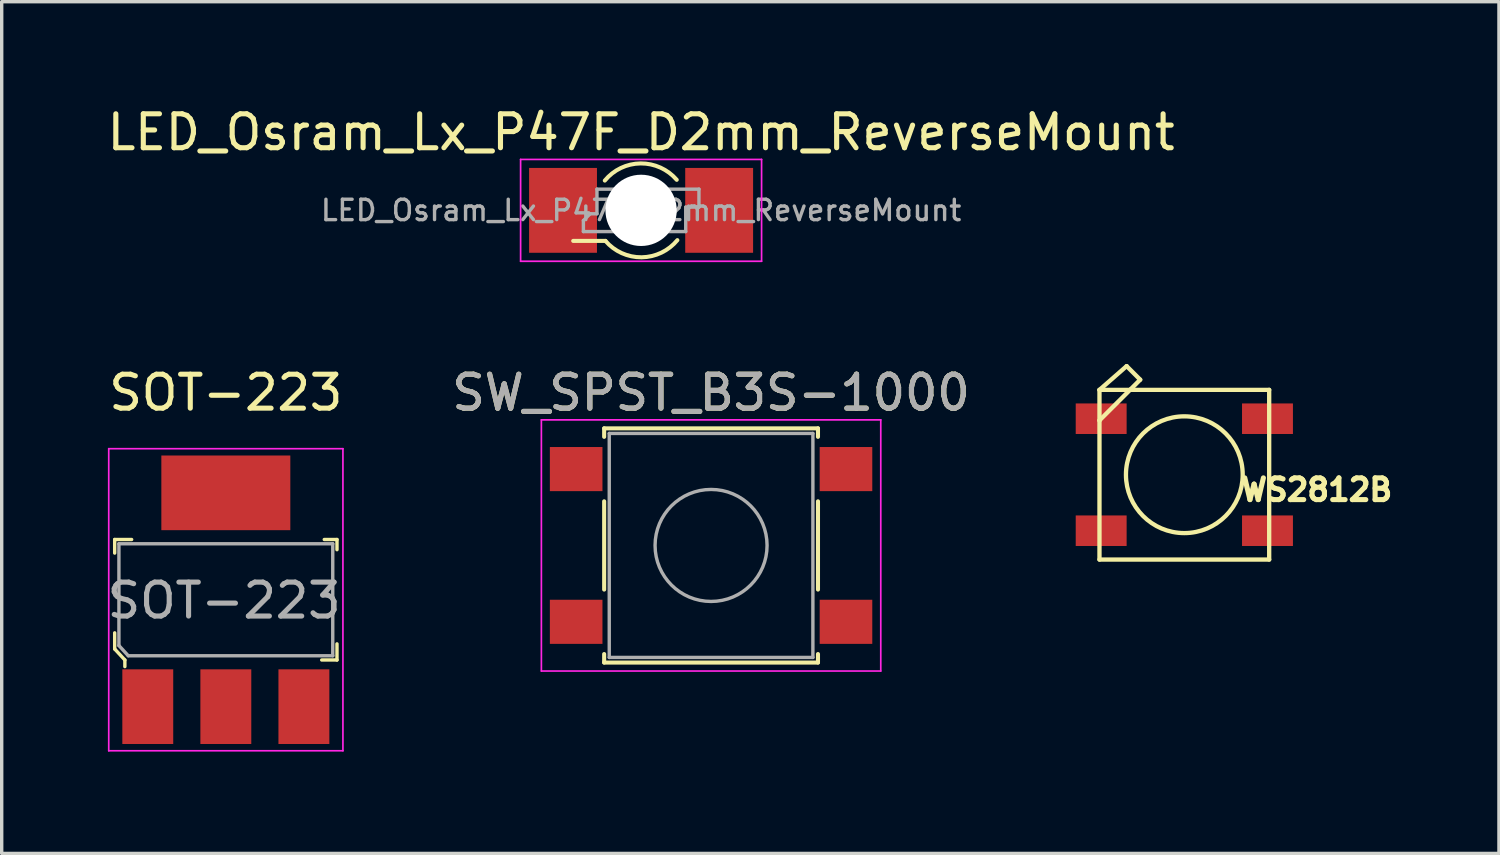
<source format=kicad_pcb>
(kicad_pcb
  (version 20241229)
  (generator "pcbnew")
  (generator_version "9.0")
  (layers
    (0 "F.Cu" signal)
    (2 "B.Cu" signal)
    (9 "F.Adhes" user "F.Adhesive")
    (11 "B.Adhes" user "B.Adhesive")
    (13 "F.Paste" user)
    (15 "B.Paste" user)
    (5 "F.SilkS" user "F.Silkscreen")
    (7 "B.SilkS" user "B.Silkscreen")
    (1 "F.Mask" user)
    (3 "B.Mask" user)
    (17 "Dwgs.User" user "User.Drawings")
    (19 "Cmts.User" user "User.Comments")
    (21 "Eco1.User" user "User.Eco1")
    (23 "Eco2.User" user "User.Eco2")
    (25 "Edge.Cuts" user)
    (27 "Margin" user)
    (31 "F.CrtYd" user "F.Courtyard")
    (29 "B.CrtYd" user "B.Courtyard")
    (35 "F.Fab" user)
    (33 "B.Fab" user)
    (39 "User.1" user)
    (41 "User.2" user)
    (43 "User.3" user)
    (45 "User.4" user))
  (footprint "SOT-223"
    (layer "F.Cu")
    (at 3.604 14.621)
    (property "Reference" "SOT-223" (at 0 -6.1 0) (layer "F.SilkS") (effects (font (size 1 1) (thickness 0.15))))
    (attr smd)
    (fp_line (start -3.275 -1.775) (end -3.275 -1.375) (stroke (width 0.1) (type solid)) (layer "F.SilkS"))
    (fp_line (start -3.275 0.975) (end -3.275 1.45) (stroke (width 0.1) (type solid)) (layer "F.SilkS"))
    (fp_line (start -3.275 1.45) (end -2.975 1.775) (stroke (width 0.1) (type solid)) (layer "F.SilkS"))
    (fp_line (start -2.975 1.775) (end -2.975 1.97) (stroke (width 0.1) (type solid)) (layer "F.SilkS"))
    (fp_line (start -2.775 -1.775) (end -3.275 -1.775) (stroke (width 0.1) (type solid)) (layer "F.SilkS"))
    (fp_line (start 2.9 -1.775) (end 3.275 -1.775) (stroke (width 0.1) (type solid)) (layer "F.SilkS"))
    (fp_line (start 3.275 -1.775) (end 3.275 -1.475) (stroke (width 0.1) (type solid)) (layer "F.SilkS"))
    (fp_line (start 3.275 1.3) (end 3.275 1.775) (stroke (width 0.1) (type solid)) (layer "F.SilkS"))
    (fp_line (start 3.275 1.775) (end 2.825 1.775) (stroke (width 0.1) (type solid)) (layer "F.SilkS"))
    (fp_line (start -3.45 -4.45) (end -3.45 4.45) (stroke (width 0.05) (type solid)) (layer "F.CrtYd"))
    (fp_line (start -3.45 4.45) (end 3.45 4.45) (stroke (width 0.05) (type solid)) (layer "F.CrtYd"))
    (fp_line (start 3.45 -4.45) (end -3.45 -4.45) (stroke (width 0.05) (type solid)) (layer "F.CrtYd"))
    (fp_line (start 3.45 -4.45) (end 3.45 4.45) (stroke (width 0.05) (type solid)) (layer "F.CrtYd"))
    (fp_line (start -3.15 -1.65) (end 3.15 -1.65) (stroke (width 0.1) (type solid)) (layer "F.Fab"))
    (fp_line (start -3.15 1.35) (end -3.15 -1.65) (stroke (width 0.1) (type solid)) (layer "F.Fab"))
    (fp_line (start -3.15 1.35) (end -2.875 1.65) (stroke (width 0.1) (type solid)) (layer "F.Fab"))
    (fp_line (start 3.15 -1.65) (end 3.15 1.65) (stroke (width 0.1) (type solid)) (layer "F.Fab"))
    (fp_line (start 3.15 1.65) (end -2.875 1.65) (stroke (width 0.1) (type solid)) (layer "F.Fab"))
    (fp_text user "${REFERENCE}" (at -0.05 0.025 0) (layer "F.Fab") (effects (font (size 1 1) (thickness 0.15))))
    (pad "1" smd rect (at -2.3 3.15) (size 1.5 2.2) (layers "F.Cu" "F.Mask" "F.Paste"))
    (pad "2" smd rect (at 0 3.15) (size 1.5 2.2) (layers "F.Cu" "F.Mask" "F.Paste"))
    (pad "3" smd rect (at 2.3 3.15) (size 1.5 2.2) (layers "F.Cu" "F.Mask" "F.Paste"))
    (pad "4" smd rect (at 0 -3.15) (size 3.8 2.2) (layers "F.Cu" "F.Mask" "F.Paste")))
  (footprint "LED_Osram_Lx_P47F_D2mm_ReverseMount"
    (layer "F.Cu")
    (at 15.839 3.148)
    (property "Reference" "LED_Osram_Lx_P47F_D2mm_ReverseMount" (at 0 -2.3 0) (layer "F.SilkS") (effects (font (size 1 1) (thickness 0.15))))
    (attr smd)
    (fp_poly (pts (xy -1.321 1.219) (xy -3.251 1.219) (xy -3.251 -1.219) (xy -1.321 -1.219)) (stroke (width 0.1) (type solid)) (fill yes) (layer "F.Mask"))
    (fp_poly (pts (xy 3.302 1.245) (xy 1.321 1.245) (xy 1.321 -1.245) (xy 3.302 -1.245)) (stroke (width 0.1) (type solid)) (fill yes) (layer "F.Mask"))
    (fp_line (start -2 0.9) (end -1.05 0.9) (stroke (width 0.12) (type solid)) (layer "F.SilkS"))
    (fp_arc (start -1.068658 -0.877765) (mid -0.014513 -1.382856) (end 1.05 -0.9) (stroke (width 0.12) (type solid)) (layer "F.SilkS"))
    (fp_arc (start 1.068658 0.877765) (mid 0.014513 1.382856) (end -1.05 0.9) (stroke (width 0.12) (type solid)) (layer "F.SilkS"))
    (fp_line (start -3.55 -1.5) (end 3.55 -1.5) (stroke (width 0.05) (type solid)) (layer "F.CrtYd"))
    (fp_line (start -3.55 1.5) (end -3.55 -1.5) (stroke (width 0.05) (type solid)) (layer "F.CrtYd"))
    (fp_line (start 3.55 -1.5) (end 3.55 1.5) (stroke (width 0.05) (type solid)) (layer "F.CrtYd"))
    (fp_line (start 3.55 1.5) (end -3.55 1.5) (stroke (width 0.05) (type solid)) (layer "F.CrtYd"))
    (fp_line (start -1.7 0.3) (end -1.7 0.625) (stroke (width 0.1) (type solid)) (layer "F.Fab"))
    (fp_line (start -1.7 0.3) (end -1.5 0.1) (stroke (width 0.1) (type solid)) (layer "F.Fab"))
    (fp_line (start -1.5 0.1) (end -1.3 0.1) (stroke (width 0.1) (type solid)) (layer "F.Fab"))
    (fp_line (start -1.3 -0.625) (end -0.715 -0.625) (stroke (width 0.1) (type solid)) (layer "F.Fab"))
    (fp_line (start -1.3 0.1) (end -1.3 -0.625) (stroke (width 0.1) (type solid)) (layer "F.Fab"))
    (fp_line (start -0.715 0.625) (end -1.7 0.625) (stroke (width 0.1) (type solid)) (layer "F.Fab"))
    (fp_line (start 0.715 -0.625) (end 1.705 -0.625) (stroke (width 0.1) (type solid)) (layer "F.Fab"))
    (fp_line (start 0.715 0.625) (end 1.315 0.625) (stroke (width 0.1) (type solid)) (layer "F.Fab"))
    (fp_line (start 1.315 -0.095) (end 1.315 0.625) (stroke (width 0.1) (type solid)) (layer "F.Fab"))
    (fp_line (start 1.705 -0.625) (end 1.705 -0.095) (stroke (width 0.1) (type solid)) (layer "F.Fab"))
    (fp_line (start 1.705 -0.095) (end 1.315 -0.095) (stroke (width 0.1) (type solid)) (layer "F.Fab"))
    (fp_arc (start -0.714073 -0.626059) (mid 0.000704 -0.949658) (end 0.715 -0.625) (stroke (width 0.1) (type solid)) (layer "F.Fab"))
    (fp_arc (start 0.714073 0.626059) (mid -0.000704 0.949658) (end -0.715 0.625) (stroke (width 0.1) (type solid)) (layer "F.Fab"))
    (fp_text user "${REFERENCE}" (at 0 0 0) (layer "F.Fab") (effects (font (size 0.6 0.6) (thickness 0.1))))
    (pad "" smd rect (at -1.55 0.375) (size 0.5 0.7) (layers "F.Mask" "F.Paste"))
    (pad "" np_thru_hole circle (at 0 0) (size 2.1 2.1) (drill 2.1) (layers "*.Cu" "*.Mask"))
    (pad "" smd rect (at 1.55 -0.375) (size 0.5 0.7) (layers "F.Mask" "F.Paste"))
    (pad "1" smd rect (at -2.3 0) (size 2 2.5) (layers "F.Cu"))
    (pad "2" smd rect (at 2.3 0) (size 2 2.5) (layers "F.Cu")))
  (footprint "WS2812B"
    (layer "F.Cu")
    (at 31.845 10.937)
    (property "Reference" "WS2812B" (at 3.899 0.445 180) (layer "F.SilkS") (effects (font (size 0.64 0.64) (thickness 0.15))))
    (attr through_hole)
    (fp_line (start -2.5 -2.5) (end -1.6 -2.5) (stroke (width 0.127) (type solid)) (layer "F.SilkS"))
    (fp_line (start -2.5 -1.6) (end -2.5 -2.5) (stroke (width 0.127) (type solid)) (layer "F.SilkS"))
    (fp_line (start -2.5 -1.6) (end -1.6 -2.5) (stroke (width 0.127) (type solid)) (layer "F.SilkS"))
    (fp_line (start -2.5 2.5) (end -2.5 -1.6) (stroke (width 0.127) (type solid)) (layer "F.SilkS"))
    (fp_line (start -1.7 -3.2) (end -2.5 -2.5) (stroke (width 0.127) (type solid)) (layer "F.SilkS"))
    (fp_line (start -1.6 -2.5) (end -1.3 -2.8) (stroke (width 0.127) (type solid)) (layer "F.SilkS"))
    (fp_line (start -1.6 -2.5) (end 2.5 -2.5) (stroke (width 0.127) (type solid)) (layer "F.SilkS"))
    (fp_line (start -1.3 -2.8) (end -1.7 -3.2) (stroke (width 0.127) (type solid)) (layer "F.SilkS"))
    (fp_line (start 2.5 -2.5) (end 2.5 2.5) (stroke (width 0.127) (type solid)) (layer "F.SilkS"))
    (fp_line (start 2.5 2.5) (end -2.5 2.5) (stroke (width 0.127) (type solid)) (layer "F.SilkS"))
    (fp_circle (center 0 0) (end 1.72 0) (stroke (width 0.127) (type solid)) (fill no) (layer "F.SilkS"))
    (pad "1-VDD" smd rect (at 2.45 1.65) (size 1.5 0.9) (layers "F.Cu" "F.Mask" "F.Paste"))
    (pad "2-DOUT" smd rect (at 2.45 -1.65) (size 1.5 0.9) (layers "F.Cu" "F.Mask" "F.Paste"))
    (pad "3-GND" smd rect (at -2.45 -1.65) (size 1.5 0.9) (layers "F.Cu" "F.Mask" "F.Paste"))
    (pad "4-DIN" smd rect (at -2.45 1.65) (size 1.5 0.9) (layers "F.Cu" "F.Mask" "F.Paste")))
  (footprint "SW_SPST_B3S-1000"
    (layer "F.Cu")
    (at 17.901 13.021)
    (property "Reference" "SW_SPST_B3S-1000" (at 0 -4.5 0) (layer "F.SilkS") (effects (font (size 1 1) (thickness 0.15))))
    (attr smd)
    (fp_line (start -3.15 -3.45) (end 3.15 -3.45) (stroke (width 0.12) (type solid)) (layer "F.SilkS"))
    (fp_line (start -3.15 -3.2) (end -3.15 -3.45) (stroke (width 0.12) (type solid)) (layer "F.SilkS"))
    (fp_line (start -3.15 1.3) (end -3.15 -1.3) (stroke (width 0.12) (type solid)) (layer "F.SilkS"))
    (fp_line (start -3.15 3.45) (end -3.15 3.2) (stroke (width 0.12) (type solid)) (layer "F.SilkS"))
    (fp_line (start 3.15 -3.45) (end 3.15 -3.2) (stroke (width 0.12) (type solid)) (layer "F.SilkS"))
    (fp_line (start 3.15 -1.3) (end 3.15 1.3) (stroke (width 0.12) (type solid)) (layer "F.SilkS"))
    (fp_line (start 3.15 3.2) (end 3.15 3.45) (stroke (width 0.12) (type solid)) (layer "F.SilkS"))
    (fp_line (start 3.15 3.45) (end -3.15 3.45) (stroke (width 0.12) (type solid)) (layer "F.SilkS"))
    (fp_line (start -5 -3.7) (end -5 3.7) (stroke (width 0.05) (type solid)) (layer "F.CrtYd"))
    (fp_line (start -5 3.7) (end 5 3.7) (stroke (width 0.05) (type solid)) (layer "F.CrtYd"))
    (fp_line (start 5 -3.7) (end -5 -3.7) (stroke (width 0.05) (type solid)) (layer "F.CrtYd"))
    (fp_line (start 5 3.7) (end 5 -3.7) (stroke (width 0.05) (type solid)) (layer "F.CrtYd"))
    (fp_line (start -3 -3.3) (end 3 -3.3) (stroke (width 0.1) (type solid)) (layer "F.Fab"))
    (fp_line (start -3 3.3) (end -3 -3.3) (stroke (width 0.1) (type solid)) (layer "F.Fab"))
    (fp_line (start 3 -3.3) (end 3 3.3) (stroke (width 0.1) (type solid)) (layer "F.Fab"))
    (fp_line (start 3 3.3) (end -3 3.3) (stroke (width 0.1) (type solid)) (layer "F.Fab"))
    (fp_circle (center 0 0) (end 1.65 0) (stroke (width 0.1) (type solid)) (fill no) (layer "F.Fab"))
    (fp_text user "${REFERENCE}" (at 0 -4.5 0) (layer "F.Fab") (effects (font (size 1 1) (thickness 0.15))))
    (pad "1" smd rect (at -3.975 -2.25) (size 1.55 1.3) (layers "F.Cu" "F.Mask" "F.Paste"))
    (pad "1" smd rect (at 3.975 -2.25) (size 1.55 1.3) (layers "F.Cu" "F.Mask" "F.Paste"))
    (pad "2" smd rect (at -3.975 2.25) (size 1.55 1.3) (layers "F.Cu" "F.Mask" "F.Paste"))
    (pad "2" smd rect (at 3.975 2.25) (size 1.55 1.3) (layers "F.Cu" "F.Mask" "F.Paste")))
  (gr_rect
    (start -3 -3)
    (end 41.115 22.096)
    (stroke (width 0.1) (type default))
    (fill no)
    (layer "Edge.Cuts")))
</source>
